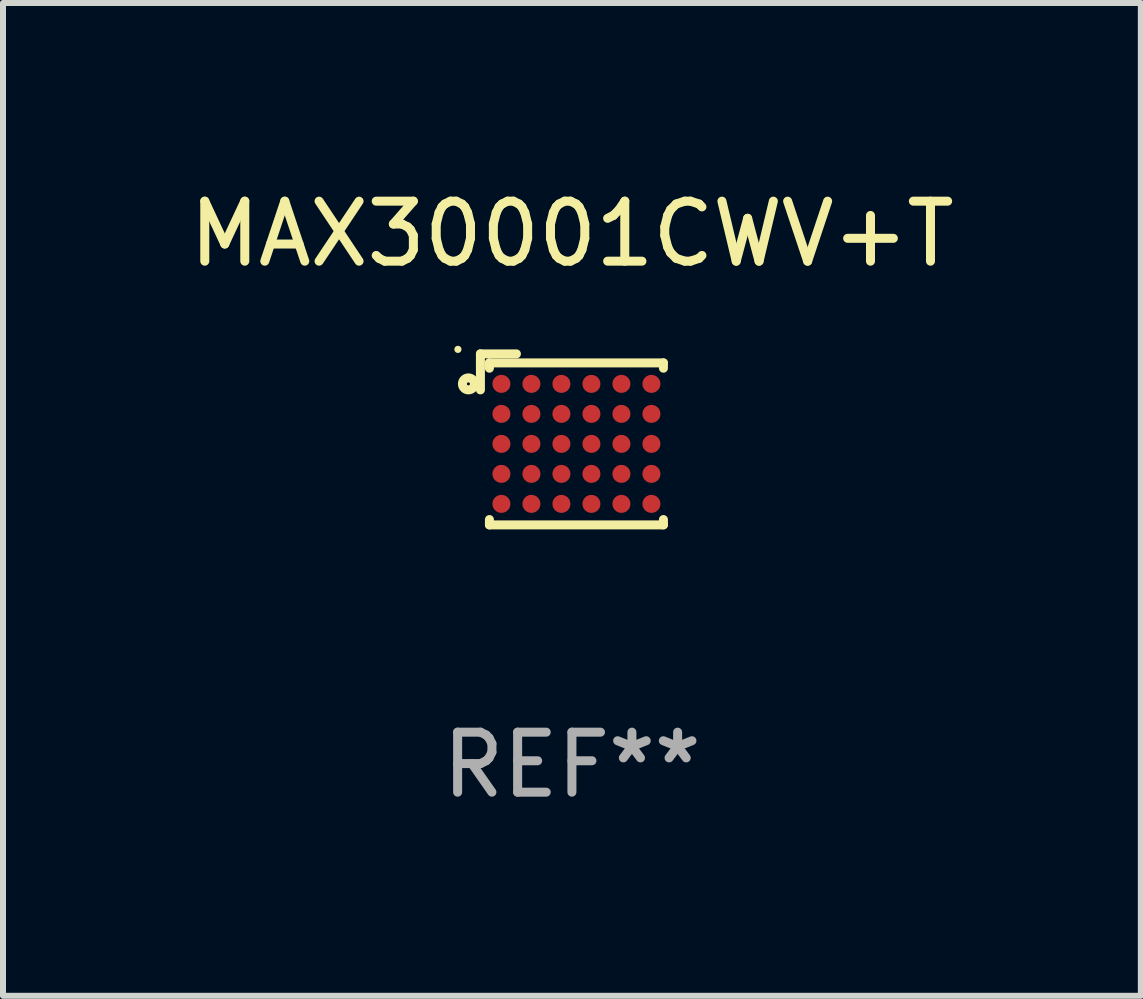
<source format=kicad_pcb>
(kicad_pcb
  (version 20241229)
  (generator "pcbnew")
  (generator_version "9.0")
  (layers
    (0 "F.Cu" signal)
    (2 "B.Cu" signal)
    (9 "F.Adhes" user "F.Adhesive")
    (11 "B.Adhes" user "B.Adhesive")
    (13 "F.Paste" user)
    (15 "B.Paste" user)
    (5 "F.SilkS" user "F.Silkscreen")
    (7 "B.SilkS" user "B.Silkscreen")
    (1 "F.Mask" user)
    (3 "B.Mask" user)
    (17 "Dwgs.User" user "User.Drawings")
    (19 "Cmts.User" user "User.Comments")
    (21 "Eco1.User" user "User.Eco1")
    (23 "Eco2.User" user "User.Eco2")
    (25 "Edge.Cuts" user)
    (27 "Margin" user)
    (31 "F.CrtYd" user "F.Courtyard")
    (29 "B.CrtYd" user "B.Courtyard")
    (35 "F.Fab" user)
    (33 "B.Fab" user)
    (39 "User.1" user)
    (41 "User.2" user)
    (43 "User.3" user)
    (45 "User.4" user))
  (footprint "MAX30001CWV+T"
    (layer "F.Cu")
    (at 6.482 4.273)
    (property "Reference" "MAX30001CWV+T" (at 0 -3.425 0) (layer "F.SilkS") (effects (font (size 1 1) (thickness 0.15))))
    (attr through_hole)
    (fp_line (start -1.525 -1.425) (end -1.525 -0.825) (stroke (width 0.15) (type solid)) (layer "F.SilkS"))
    (fp_line (start -1.375 -1.275) (end -1.375 -1.186) (stroke (width 0.15) (type solid)) (layer "F.SilkS"))
    (fp_line (start -1.375 -1.275) (end 1.525 -1.275) (stroke (width 0.15) (type solid)) (layer "F.SilkS"))
    (fp_line (start -1.375 1.425) (end -1.375 1.336) (stroke (width 0.15) (type solid)) (layer "F.SilkS"))
    (fp_line (start -1.375 1.425) (end 1.525 1.425) (stroke (width 0.15) (type solid)) (layer "F.SilkS"))
    (fp_line (start -0.925 -1.425) (end -1.525 -1.425) (stroke (width 0.15) (type solid)) (layer "F.SilkS"))
    (fp_line (start 1.525 -1.275) (end 1.525 -1.186) (stroke (width 0.15) (type solid)) (layer "F.SilkS"))
    (fp_line (start 1.525 1.425) (end 1.525 1.336) (stroke (width 0.15) (type solid)) (layer "F.SilkS"))
    (fp_circle (center -1.9 -1.5) (end -1.87 -1.5) (stroke (width 0.06) (type solid)) (fill no) (layer "F.SilkS"))
    (fp_circle (center -1.725 -0.925) (end -1.625 -0.925) (stroke (width 0.15) (type solid)) (fill no) (layer "F.SilkS"))
    (fp_text user "REF**" (at 0 5.425 0) (layer "F.Fab") (effects (font (size 1 1) (thickness 0.15))))
    (pad "A1" smd circle (at -1.175 -0.925) (size 0.3 0.3) (layers "F.Cu" "F.Mask" "F.Paste"))
    (pad "A2" smd circle (at -0.675 -0.925) (size 0.3 0.3) (layers "F.Cu" "F.Mask" "F.Paste"))
    (pad "A3" smd circle (at -0.175 -0.925) (size 0.3 0.3) (layers "F.Cu" "F.Mask" "F.Paste"))
    (pad "A4" smd circle (at 0.325 -0.925) (size 0.3 0.3) (layers "F.Cu" "F.Mask" "F.Paste"))
    (pad "A5" smd circle (at 0.825 -0.925) (size 0.3 0.3) (layers "F.Cu" "F.Mask" "F.Paste"))
    (pad "A6" smd circle (at 1.325 -0.925) (size 0.3 0.3) (layers "F.Cu" "F.Mask" "F.Paste"))
    (pad "B1" smd circle (at -1.175 -0.425) (size 0.3 0.3) (layers "F.Cu" "F.Mask" "F.Paste"))
    (pad "B2" smd circle (at -0.675 -0.425) (size 0.3 0.3) (layers "F.Cu" "F.Mask" "F.Paste"))
    (pad "B3" smd circle (at -0.175 -0.425) (size 0.3 0.3) (layers "F.Cu" "F.Mask" "F.Paste"))
    (pad "B4" smd circle (at 0.325 -0.425) (size 0.3 0.3) (layers "F.Cu" "F.Mask" "F.Paste"))
    (pad "B5" smd circle (at 0.825 -0.425) (size 0.3 0.3) (layers "F.Cu" "F.Mask" "F.Paste"))
    (pad "B6" smd circle (at 1.325 -0.425) (size 0.3 0.3) (layers "F.Cu" "F.Mask" "F.Paste"))
    (pad "C1" smd circle (at -1.175 0.075) (size 0.3 0.3) (layers "F.Cu" "F.Mask" "F.Paste"))
    (pad "C2" smd circle (at -0.675 0.075) (size 0.3 0.3) (layers "F.Cu" "F.Mask" "F.Paste"))
    (pad "C3" smd circle (at -0.175 0.075) (size 0.3 0.3) (layers "F.Cu" "F.Mask" "F.Paste"))
    (pad "C4" smd circle (at 0.325 0.075) (size 0.3 0.3) (layers "F.Cu" "F.Mask" "F.Paste"))
    (pad "C5" smd circle (at 0.825 0.075) (size 0.3 0.3) (layers "F.Cu" "F.Mask" "F.Paste"))
    (pad "C6" smd circle (at 1.325 0.075) (size 0.3 0.3) (layers "F.Cu" "F.Mask" "F.Paste"))
    (pad "D1" smd circle (at -1.175 0.575) (size 0.3 0.3) (layers "F.Cu" "F.Mask" "F.Paste"))
    (pad "D2" smd circle (at -0.675 0.575) (size 0.3 0.3) (layers "F.Cu" "F.Mask" "F.Paste"))
    (pad "D3" smd circle (at -0.175 0.575) (size 0.3 0.3) (layers "F.Cu" "F.Mask" "F.Paste"))
    (pad "D4" smd circle (at 0.325 0.575) (size 0.3 0.3) (layers "F.Cu" "F.Mask" "F.Paste"))
    (pad "D5" smd circle (at 0.825 0.575) (size 0.3 0.3) (layers "F.Cu" "F.Mask" "F.Paste"))
    (pad "D6" smd circle (at 1.325 0.575) (size 0.3 0.3) (layers "F.Cu" "F.Mask" "F.Paste"))
    (pad "E1" smd circle (at -1.175 1.075) (size 0.3 0.3) (layers "F.Cu" "F.Mask" "F.Paste"))
    (pad "E2" smd circle (at -0.675 1.075) (size 0.3 0.3) (layers "F.Cu" "F.Mask" "F.Paste"))
    (pad "E3" smd circle (at -0.175 1.075) (size 0.3 0.3) (layers "F.Cu" "F.Mask" "F.Paste"))
    (pad "E4" smd circle (at 0.325 1.075) (size 0.3 0.3) (layers "F.Cu" "F.Mask" "F.Paste"))
    (pad "E5" smd circle (at 0.825 1.075) (size 0.3 0.3) (layers "F.Cu" "F.Mask" "F.Paste"))
    (pad "E6" smd circle (at 1.325 1.075) (size 0.3 0.3) (layers "F.Cu" "F.Mask" "F.Paste")))
  (gr_rect
    (start -3 -3)
    (end 15.964 13.547)
    (stroke (width 0.1) (type default))
    (fill no)
    (layer "Edge.Cuts")))
</source>
